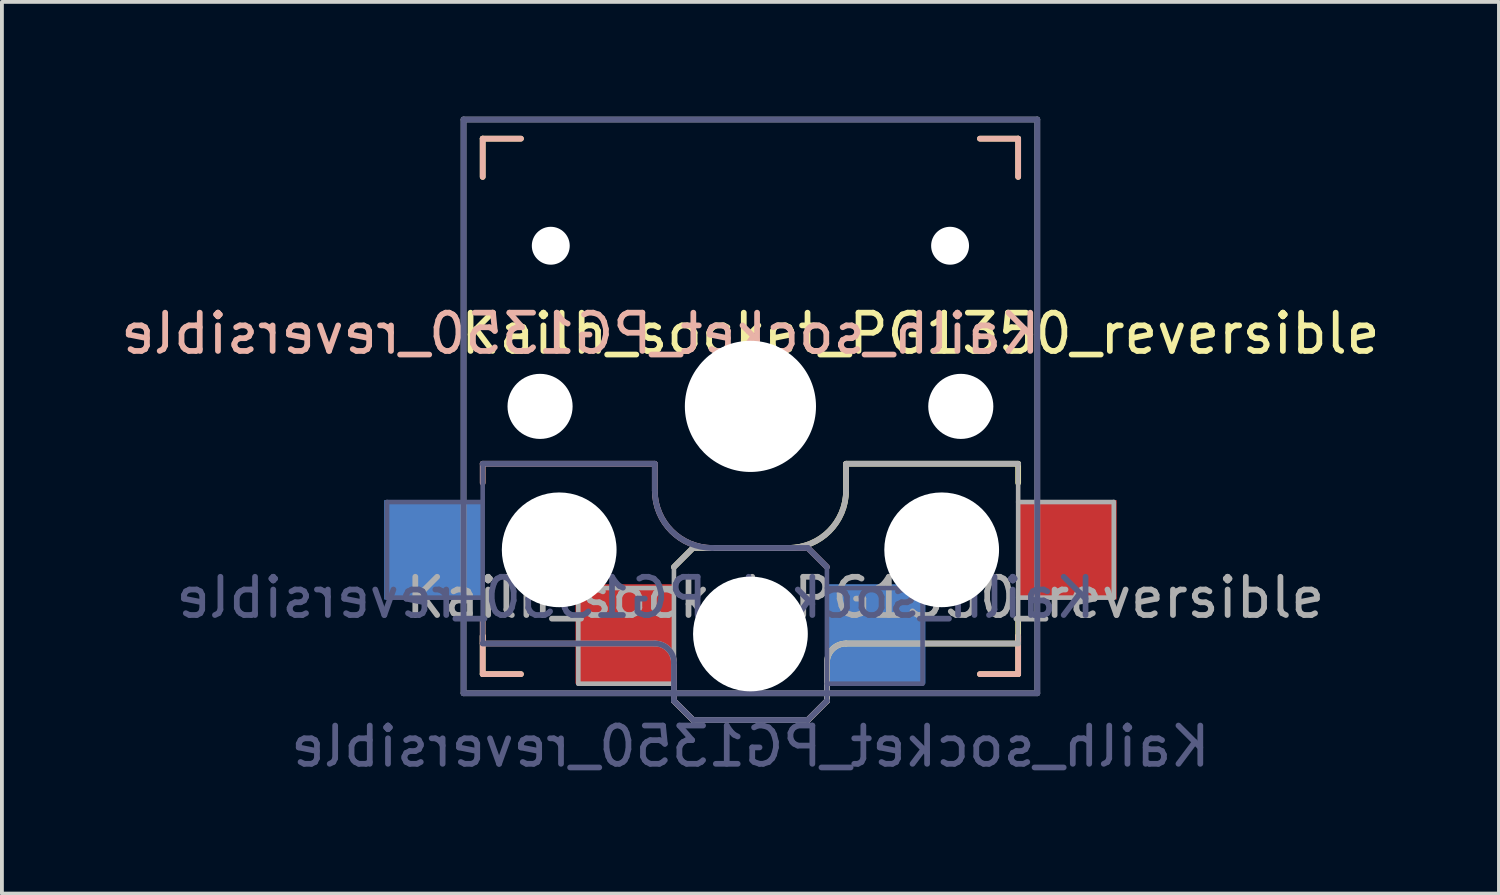
<source format=kicad_pcb>
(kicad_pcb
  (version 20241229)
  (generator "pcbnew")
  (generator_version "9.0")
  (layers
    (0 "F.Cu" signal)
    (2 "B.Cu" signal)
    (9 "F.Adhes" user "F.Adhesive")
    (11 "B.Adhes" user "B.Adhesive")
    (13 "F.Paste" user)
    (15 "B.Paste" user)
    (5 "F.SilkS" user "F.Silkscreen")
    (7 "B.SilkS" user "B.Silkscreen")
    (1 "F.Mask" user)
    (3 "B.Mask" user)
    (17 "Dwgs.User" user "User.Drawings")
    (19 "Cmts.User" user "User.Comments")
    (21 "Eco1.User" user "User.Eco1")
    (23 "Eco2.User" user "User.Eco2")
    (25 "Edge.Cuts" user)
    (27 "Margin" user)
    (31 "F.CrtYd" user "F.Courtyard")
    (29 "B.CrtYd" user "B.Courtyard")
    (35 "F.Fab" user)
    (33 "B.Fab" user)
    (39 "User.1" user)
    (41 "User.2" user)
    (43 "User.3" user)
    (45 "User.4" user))
  (footprint "Kailh_socket_PG1350_reversible"
    (layer "F.Cu")
    (at 16.57 7.575)
    (property "Reference" "Kailh_socket_PG1350_reversible" (at 4.445 -1.905 0) (layer "F.SilkS") (effects (font (size 1 1) (thickness 0.15))))
    (property "Value" "Kailh_socket_PG1350_reversible" (at 0 8.89 0) (layer "F.Fab") (hide yes) (effects (font (size 1 1) (thickness 0.15))))
    (attr smd)
    (fp_line (start -7 -7) (end -6 -7) (stroke (width 0.15) (type solid)) (layer "F.SilkS"))
    (fp_line (start -7 -6) (end -7 -7) (stroke (width 0.15) (type solid)) (layer "F.SilkS"))
    (fp_line (start -7 7) (end -7 6) (stroke (width 0.15) (type solid)) (layer "F.SilkS"))
    (fp_line (start -6 7) (end -7 7) (stroke (width 0.15) (type solid)) (layer "F.SilkS"))
    (fp_line (start -2 4.2) (end -1.5 3.7) (stroke (width 0.15) (type solid)) (layer "F.SilkS"))
    (fp_line (start -2 7.7) (end -1.5 8.2) (stroke (width 0.15) (type solid)) (layer "F.SilkS"))
    (fp_line (start -1.5 3.7) (end 1 3.7) (stroke (width 0.15) (type solid)) (layer "F.SilkS"))
    (fp_line (start -1.5 8.2) (end 1.5 8.2) (stroke (width 0.15) (type solid)) (layer "F.SilkS"))
    (fp_line (start 1.5 8.2) (end 2 7.7) (stroke (width 0.15) (type solid)) (layer "F.SilkS"))
    (fp_line (start 2 6.7) (end 2 7.7) (stroke (width 0.15) (type solid)) (layer "F.SilkS"))
    (fp_line (start 2.5 1.5) (end 7 1.5) (stroke (width 0.15) (type solid)) (layer "F.SilkS"))
    (fp_line (start 2.5 2.2) (end 2.5 1.5) (stroke (width 0.15) (type solid)) (layer "F.SilkS"))
    (fp_line (start 6 -7) (end 7 -7) (stroke (width 0.15) (type solid)) (layer "F.SilkS"))
    (fp_line (start 7 -7) (end 7 -6) (stroke (width 0.15) (type solid)) (layer "F.SilkS"))
    (fp_line (start 7 1.5) (end 7 2) (stroke (width 0.15) (type solid)) (layer "F.SilkS"))
    (fp_line (start 7 5.6) (end 7 6.2) (stroke (width 0.15) (type solid)) (layer "F.SilkS"))
    (fp_line (start 7 6) (end 7 7) (stroke (width 0.15) (type solid)) (layer "F.SilkS"))
    (fp_line (start 7 6.2) (end 2.5 6.2) (stroke (width 0.15) (type solid)) (layer "F.SilkS"))
    (fp_line (start 7 7) (end 6 7) (stroke (width 0.15) (type solid)) (layer "F.SilkS"))
    (fp_arc (start 2 6.7) (mid 2.146447 6.346447) (end 2.5 6.2) (stroke (width 0.15) (type solid)) (layer "F.SilkS"))
    (fp_arc (start 2.5 2.2) (mid 2.06066 3.26066) (end 1 3.7) (stroke (width 0.15) (type solid)) (layer "F.SilkS"))
    (fp_line (start -7 -7) (end -6 -7) (stroke (width 0.15) (type solid)) (layer "B.SilkS"))
    (fp_line (start -7 -6) (end -7 -7) (stroke (width 0.15) (type solid)) (layer "B.SilkS"))
    (fp_line (start -7 1.5) (end -7 2) (stroke (width 0.15) (type solid)) (layer "B.SilkS"))
    (fp_line (start -7 5.6) (end -7 6.2) (stroke (width 0.15) (type solid)) (layer "B.SilkS"))
    (fp_line (start -7 6.2) (end -2.5 6.2) (stroke (width 0.15) (type solid)) (layer "B.SilkS"))
    (fp_line (start -7 7) (end -7 6) (stroke (width 0.15) (type solid)) (layer "B.SilkS"))
    (fp_line (start -6 7) (end -7 7) (stroke (width 0.15) (type solid)) (layer "B.SilkS"))
    (fp_line (start -2.5 1.5) (end -7 1.5) (stroke (width 0.15) (type solid)) (layer "B.SilkS"))
    (fp_line (start -2.5 2.2) (end -2.5 1.5) (stroke (width 0.15) (type solid)) (layer "B.SilkS"))
    (fp_line (start -2 6.7) (end -2 7.7) (stroke (width 0.15) (type solid)) (layer "B.SilkS"))
    (fp_line (start -1.5 8.2) (end -2 7.7) (stroke (width 0.15) (type solid)) (layer "B.SilkS"))
    (fp_line (start 1.5 3.7) (end -1 3.7) (stroke (width 0.15) (type solid)) (layer "B.SilkS"))
    (fp_line (start 1.5 8.2) (end -1.5 8.2) (stroke (width 0.15) (type solid)) (layer "B.SilkS"))
    (fp_line (start 2 4.2) (end 1.5 3.7) (stroke (width 0.15) (type solid)) (layer "B.SilkS"))
    (fp_line (start 2 7.7) (end 1.5 8.2) (stroke (width 0.15) (type solid)) (layer "B.SilkS"))
    (fp_line (start 6 -7) (end 7 -7) (stroke (width 0.15) (type solid)) (layer "B.SilkS"))
    (fp_line (start 7 -7) (end 7 -6) (stroke (width 0.15) (type solid)) (layer "B.SilkS"))
    (fp_line (start 7 6) (end 7 7) (stroke (width 0.15) (type solid)) (layer "B.SilkS"))
    (fp_line (start 7 7) (end 6 7) (stroke (width 0.15) (type solid)) (layer "B.SilkS"))
    (fp_arc (start -2.5 6.2) (mid -2.146447 6.346447) (end -2 6.7) (stroke (width 0.15) (type solid)) (layer "B.SilkS"))
    (fp_arc (start -1 3.7) (mid -2.06066 3.26066) (end -2.5 2.2) (stroke (width 0.15) (type solid)) (layer "B.SilkS"))
    (fp_line (start -6.9 6.9) (end -6.9 -6.9) (stroke (width 0.15) (type solid)) (layer "Eco2.User"))
    (fp_line (start -6.9 6.9) (end 6.9 6.9) (stroke (width 0.15) (type solid)) (layer "Eco2.User"))
    (fp_line (start -2.6 -3.1) (end -2.6 -6.3) (stroke (width 0.15) (type solid)) (layer "Eco2.User"))
    (fp_line (start -2.6 -3.1) (end 2.6 -3.1) (stroke (width 0.15) (type solid)) (layer "Eco2.User"))
    (fp_line (start 2.6 -6.3) (end -2.6 -6.3) (stroke (width 0.15) (type solid)) (layer "Eco2.User"))
    (fp_line (start 2.6 -3.1) (end 2.6 -6.3) (stroke (width 0.15) (type solid)) (layer "Eco2.User"))
    (fp_line (start 6.9 -6.9) (end -6.9 -6.9) (stroke (width 0.15) (type solid)) (layer "Eco2.User"))
    (fp_line (start 6.9 -6.9) (end 6.9 6.9) (stroke (width 0.15) (type solid)) (layer "Eco2.User"))
    (fp_line (start -9.5 2.5) (end -7 2.5) (stroke (width 0.12) (type solid)) (layer "B.Fab"))
    (fp_line (start -9.5 5) (end -9.5 2.5) (stroke (width 0.12) (type solid)) (layer "B.Fab"))
    (fp_line (start -7.5 -7.5) (end 7.5 -7.5) (stroke (width 0.15) (type solid)) (layer "B.Fab"))
    (fp_line (start -7.5 7.5) (end -7.5 -7.5) (stroke (width 0.15) (type solid)) (layer "B.Fab"))
    (fp_line (start -7 1.5) (end -7 6.2) (stroke (width 0.12) (type solid)) (layer "B.Fab"))
    (fp_line (start -7 5) (end -9.5 5) (stroke (width 0.12) (type solid)) (layer "B.Fab"))
    (fp_line (start -7 6.2) (end -2.5 6.2) (stroke (width 0.15) (type solid)) (layer "B.Fab"))
    (fp_line (start -2.5 1.5) (end -7 1.5) (stroke (width 0.15) (type solid)) (layer "B.Fab"))
    (fp_line (start -2.5 2.2) (end -2.5 1.5) (stroke (width 0.15) (type solid)) (layer "B.Fab"))
    (fp_line (start -2 6.7) (end -2 7.7) (stroke (width 0.15) (type solid)) (layer "B.Fab"))
    (fp_line (start -1.5 8.2) (end -2 7.7) (stroke (width 0.15) (type solid)) (layer "B.Fab"))
    (fp_line (start 1.5 3.7) (end -1 3.7) (stroke (width 0.15) (type solid)) (layer "B.Fab"))
    (fp_line (start 1.5 8.2) (end -1.5 8.2) (stroke (width 0.15) (type solid)) (layer "B.Fab"))
    (fp_line (start 2 4.2) (end 1.5 3.7) (stroke (width 0.15) (type solid)) (layer "B.Fab"))
    (fp_line (start 2 4.25) (end 2 7.7) (stroke (width 0.12) (type solid)) (layer "B.Fab"))
    (fp_line (start 2 4.75) (end 4.5 4.75) (stroke (width 0.12) (type solid)) (layer "B.Fab"))
    (fp_line (start 2 7.7) (end 1.5 8.2) (stroke (width 0.15) (type solid)) (layer "B.Fab"))
    (fp_line (start 4.5 4.75) (end 4.5 7.25) (stroke (width 0.12) (type solid)) (layer "B.Fab"))
    (fp_line (start 4.5 7.25) (end 2 7.25) (stroke (width 0.12) (type solid)) (layer "B.Fab"))
    (fp_line (start 7.5 -7.5) (end 7.5 7.5) (stroke (width 0.15) (type solid)) (layer "B.Fab"))
    (fp_line (start 7.5 7.5) (end -7.5 7.5) (stroke (width 0.15) (type solid)) (layer "B.Fab"))
    (fp_arc (start -2.5 6.2) (mid -2.146447 6.346447) (end -2 6.7) (stroke (width 0.15) (type solid)) (layer "B.Fab"))
    (fp_arc (start -1 3.7) (mid -2.06066 3.26066) (end -2.5 2.2) (stroke (width 0.15) (type solid)) (layer "B.Fab"))
    (fp_line (start -7.5 -7.5) (end 7.5 -7.5) (stroke (width 0.15) (type solid)) (layer "F.Fab"))
    (fp_line (start -7.5 7.5) (end -7.5 -7.5) (stroke (width 0.15) (type solid)) (layer "F.Fab"))
    (fp_line (start -4.5 4.75) (end -4.5 7.25) (stroke (width 0.12) (type solid)) (layer "F.Fab"))
    (fp_line (start -4.5 7.25) (end -2 7.25) (stroke (width 0.12) (type solid)) (layer "F.Fab"))
    (fp_line (start -2 4.2) (end -1.5 3.7) (stroke (width 0.15) (type solid)) (layer "F.Fab"))
    (fp_line (start -2 4.25) (end -2 7.7) (stroke (width 0.12) (type solid)) (layer "F.Fab"))
    (fp_line (start -2 4.75) (end -4.5 4.75) (stroke (width 0.12) (type solid)) (layer "F.Fab"))
    (fp_line (start -2 7.7) (end -1.5 8.2) (stroke (width 0.15) (type solid)) (layer "F.Fab"))
    (fp_line (start -1.5 3.7) (end 1 3.7) (stroke (width 0.15) (type solid)) (layer "F.Fab"))
    (fp_line (start -1.5 8.2) (end 1.5 8.2) (stroke (width 0.15) (type solid)) (layer "F.Fab"))
    (fp_line (start 1.5 8.2) (end 2 7.7) (stroke (width 0.15) (type solid)) (layer "F.Fab"))
    (fp_line (start 2 6.7) (end 2 7.7) (stroke (width 0.15) (type solid)) (layer "F.Fab"))
    (fp_line (start 2.5 1.5) (end 7 1.5) (stroke (width 0.15) (type solid)) (layer "F.Fab"))
    (fp_line (start 2.5 2.2) (end 2.5 1.5) (stroke (width 0.15) (type solid)) (layer "F.Fab"))
    (fp_line (start 7 1.5) (end 7 6.2) (stroke (width 0.12) (type solid)) (layer "F.Fab"))
    (fp_line (start 7 5) (end 9.5 5) (stroke (width 0.12) (type solid)) (layer "F.Fab"))
    (fp_line (start 7 6.2) (end 2.5 6.2) (stroke (width 0.15) (type solid)) (layer "F.Fab"))
    (fp_line (start 7.5 -7.5) (end 7.5 7.5) (stroke (width 0.15) (type solid)) (layer "F.Fab"))
    (fp_line (start 7.5 7.5) (end -7.5 7.5) (stroke (width 0.15) (type solid)) (layer "F.Fab"))
    (fp_line (start 9.5 2.5) (end 7 2.5) (stroke (width 0.12) (type solid)) (layer "F.Fab"))
    (fp_line (start 9.5 5) (end 9.5 2.5) (stroke (width 0.12) (type solid)) (layer "F.Fab"))
    (fp_arc (start 2 6.7) (mid 2.146447 6.346447) (end 2.5 6.2) (stroke (width 0.15) (type solid)) (layer "F.Fab"))
    (fp_arc (start 2.5 2.2) (mid 2.06066 3.26066) (end 1 3.7) (stroke (width 0.15) (type solid)) (layer "F.Fab"))
    (fp_text user "${REFERENCE}" (at -4.445 -1.905 0) (layer "B.SilkS") (effects (font (size 1 1) (thickness 0.15)) (justify mirror)))
    (fp_text user "${VALUE}" (at 0 8.89 0) (layer "B.Fab") (effects (font (size 1 1) (thickness 0.15)) (justify mirror)))
    (fp_text user "${REFERENCE}" (at -3 5 0) (layer "B.Fab") (effects (font (size 1 1) (thickness 0.15)) (justify mirror)))
    (fp_text user "${REFERENCE}" (at 3 5 180) (layer "F.Fab") (effects (font (size 1 1) (thickness 0.15))))
    (pad "" np_thru_hole circle (at -5.5 0) (size 1.702 1.702) (drill 1.702) (layers "*.Cu" "*.Mask"))
    (pad "" np_thru_hole circle (at -5.22 -4.2) (size 0.991 0.991) (drill 0.991) (layers "*.Cu" "*.Mask"))
    (pad "" np_thru_hole circle (at -5 3.75) (size 3 3) (drill 3) (layers "*.Cu" "*.Mask"))
    (pad "" np_thru_hole circle (at 0 0) (size 3.429 3.429) (drill 3.429) (layers "*.Cu" "*.Mask"))
    (pad "" np_thru_hole circle (at 0 5.95) (size 3 3) (drill 3) (layers "*.Cu" "*.Mask"))
    (pad "" np_thru_hole circle (at 5 3.75) (size 3 3) (drill 3) (layers "*.Cu" "*.Mask"))
    (pad "" np_thru_hole circle (at 5.22 -4.2) (size 0.991 0.991) (drill 0.991) (layers "*.Cu" "*.Mask"))
    (pad "" np_thru_hole circle (at 5.5 0) (size 1.702 1.702) (drill 1.702) (layers "*.Cu" "*.Mask"))
    (pad "1" smd rect (at -3.275 5.95) (size 2.6 2.6) (layers "F.Cu" "F.Mask" "F.Paste"))
    (pad "1" smd rect (at 3.275 5.95) (size 2.6 2.6) (layers "B.Cu" "B.Mask" "B.Paste"))
    (pad "2" smd rect (at -8.275 3.75) (size 2.6 2.6) (layers "B.Cu" "B.Mask" "B.Paste"))
    (pad "2" smd rect (at 8.275 3.75) (size 2.6 2.6) (layers "F.Cu" "F.Mask" "F.Paste")))
  (gr_rect
    (start -3 -3)
    (end 36.14 20.313)
    (stroke (width 0.1) (type default))
    (fill no)
    (layer "Edge.Cuts")))
</source>
